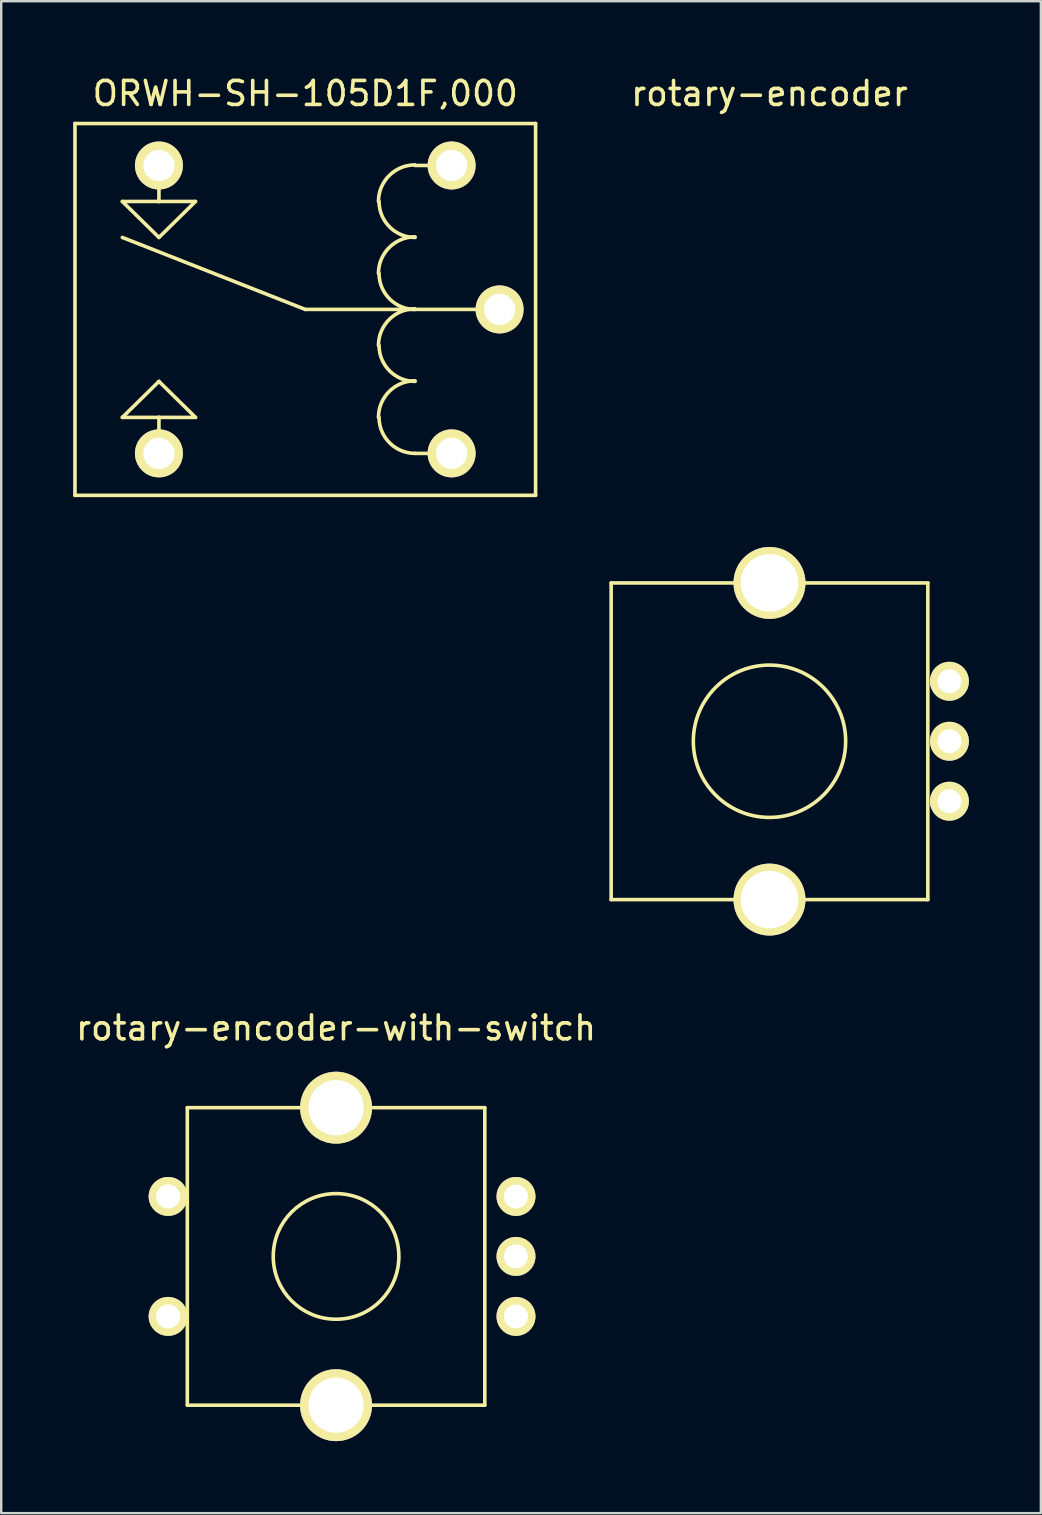
<source format=kicad_pcb>
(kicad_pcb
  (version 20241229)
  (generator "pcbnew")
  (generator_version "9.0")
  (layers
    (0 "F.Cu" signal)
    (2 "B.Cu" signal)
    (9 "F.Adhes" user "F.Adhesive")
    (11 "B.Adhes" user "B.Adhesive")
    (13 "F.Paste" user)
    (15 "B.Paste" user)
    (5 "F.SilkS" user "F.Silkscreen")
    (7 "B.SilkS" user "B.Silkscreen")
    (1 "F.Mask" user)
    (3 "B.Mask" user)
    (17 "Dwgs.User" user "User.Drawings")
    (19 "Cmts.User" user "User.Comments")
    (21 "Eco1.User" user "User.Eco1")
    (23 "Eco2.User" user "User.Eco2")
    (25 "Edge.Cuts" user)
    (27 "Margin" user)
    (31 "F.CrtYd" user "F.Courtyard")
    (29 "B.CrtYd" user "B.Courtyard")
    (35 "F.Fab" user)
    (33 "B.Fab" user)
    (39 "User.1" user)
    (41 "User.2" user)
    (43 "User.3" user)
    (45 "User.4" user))
  (footprint "rotary-encoder"
    (layer "F.Cu")
    (at 29.025 27.848)
    (property "Reference" "rotary-encoder" (at 0 -27 0) (layer "F.SilkS") (effects (font (size 1 1) (thickness 0.15))))
    (attr through_hole)
    (fp_line (start -6.6 -6.6) (end 6.6 -6.6) (stroke (width 0.15) (type solid)) (layer "F.SilkS"))
    (fp_line (start -6.6 6.6) (end -6.6 -6.6) (stroke (width 0.15) (type solid)) (layer "F.SilkS"))
    (fp_line (start 6.6 -6.6) (end 6.6 6.6) (stroke (width 0.15) (type solid)) (layer "F.SilkS"))
    (fp_line (start 6.6 6.6) (end -6.6 6.6) (stroke (width 0.15) (type solid)) (layer "F.SilkS"))
    (fp_circle (center 0 0) (end -2.54 -1.905) (stroke (width 0.15) (type solid)) (fill no) (layer "F.SilkS"))
    (pad "1" thru_hole circle (at 7.5 2.5) (size 1.624 1.624) (drill 1) (layers "*.Cu" "*.Mask" "F.SilkS"))
    (pad "2" thru_hole circle (at 7.5 -2.5) (size 1.624 1.624) (drill 1) (layers "*.Cu" "*.Mask" "F.SilkS"))
    (pad "3" thru_hole circle (at 7.5 0) (size 1.624 1.624) (drill 1) (layers "*.Cu" "*.Mask" "F.SilkS"))
    (pad "4" thru_hole circle (at 0 -6.6) (size 3 3) (drill 2.4) (layers "*.Cu" "*.Mask" "F.SilkS"))
    (pad "4" thru_hole circle (at 0 6.6) (size 3 3) (drill 2.4) (layers "*.Cu" "*.Mask" "F.SilkS")))
  (footprint "rotary-encoder-with-switch"
    (layer "F.Cu")
    (at 10.958 49.322)
    (property "Reference" "rotary-encoder-with-switch" (at 0 -9.525 0) (layer "F.SilkS") (effects (font (size 1 1) (thickness 0.15))))
    (attr through_hole)
    (fp_line (start -6.2 -6.2) (end 6.2 -6.2) (stroke (width 0.15) (type solid)) (layer "F.SilkS"))
    (fp_line (start -6.2 6.2) (end -6.2 -6.2) (stroke (width 0.15) (type solid)) (layer "F.SilkS"))
    (fp_line (start 6.2 -6.2) (end 6.2 6.2) (stroke (width 0.15) (type solid)) (layer "F.SilkS"))
    (fp_line (start 6.2 6.2) (end -6.2 6.2) (stroke (width 0.15) (type solid)) (layer "F.SilkS"))
    (fp_circle (center 0 0) (end -0.635 -2.54) (stroke (width 0.15) (type solid)) (fill no) (layer "F.SilkS"))
    (pad "1" thru_hole circle (at 7.5 2.5) (size 1.624 1.624) (drill 1) (layers "*.Cu" "*.Mask" "F.SilkS"))
    (pad "2" thru_hole circle (at 7.5 -2.5) (size 1.624 1.624) (drill 1) (layers "*.Cu" "*.Mask" "F.SilkS"))
    (pad "3" thru_hole circle (at 7.5 0) (size 1.624 1.624) (drill 1) (layers "*.Cu" "*.Mask" "F.SilkS"))
    (pad "4" thru_hole circle (at 0 -6.2) (size 3 3) (drill 2.3) (layers "*.Cu" "*.Mask" "F.SilkS"))
    (pad "4" thru_hole circle (at 0 6.2) (size 3 3) (drill 2.3) (layers "*.Cu" "*.Mask" "F.SilkS"))
    (pad "5" thru_hole circle (at -7 2.5) (size 1.624 1.624) (drill 1) (layers "*.Cu" "*.Mask" "F.SilkS"))
    (pad "6" thru_hole circle (at -7 -2.5) (size 1.624 1.624) (drill 1) (layers "*.Cu" "*.Mask" "F.SilkS")))
  (footprint "ORWH-SH-105D1F,000"
    (layer "F.Cu")
    (at 9.675 9.848)
    (property "Reference" "ORWH-SH-105D1F,000" (at 0 -9 0) (layer "F.SilkS") (effects (font (size 1 1) (thickness 0.15))))
    (attr through_hole)
    (fp_line (start -9.6 -7.75) (end 9.6 -7.75) (stroke (width 0.15) (type solid)) (layer "F.SilkS"))
    (fp_line (start -9.6 7.75) (end -9.6 -7.75) (stroke (width 0.15) (type solid)) (layer "F.SilkS"))
    (fp_line (start -7.625 -4.5) (end -6.1 -3) (stroke (width 0.15) (type solid)) (layer "F.SilkS"))
    (fp_line (start -7.625 -3) (end 0 0) (stroke (width 0.15) (type solid)) (layer "F.SilkS"))
    (fp_line (start -7.625 4.5) (end -6.1 3) (stroke (width 0.15) (type solid)) (layer "F.SilkS"))
    (fp_line (start -6.1 -6) (end -6.1 -4.5) (stroke (width 0.15) (type solid)) (layer "F.SilkS"))
    (fp_line (start -6.1 -4.5) (end -7.625 -4.5) (stroke (width 0.15) (type solid)) (layer "F.SilkS"))
    (fp_line (start -6.1 -3) (end -4.575 -4.5) (stroke (width 0.15) (type solid)) (layer "F.SilkS"))
    (fp_line (start -6.1 3) (end -4.575 4.5) (stroke (width 0.15) (type solid)) (layer "F.SilkS"))
    (fp_line (start -6.1 4.5) (end -7.625 4.5) (stroke (width 0.15) (type solid)) (layer "F.SilkS"))
    (fp_line (start -6.1 6) (end -6.1 4.5) (stroke (width 0.15) (type solid)) (layer "F.SilkS"))
    (fp_line (start -4.575 -4.5) (end -6.1 -4.5) (stroke (width 0.15) (type solid)) (layer "F.SilkS"))
    (fp_line (start -4.575 4.5) (end -6.1 4.5) (stroke (width 0.15) (type solid)) (layer "F.SilkS"))
    (fp_line (start 0 0) (end 7.625 0) (stroke (width 0.15) (type solid)) (layer "F.SilkS"))
    (fp_line (start 6.1 -6) (end 4.575 -6) (stroke (width 0.15) (type solid)) (layer "F.SilkS"))
    (fp_line (start 6.1 6) (end 4.575 6) (stroke (width 0.15) (type solid)) (layer "F.SilkS"))
    (fp_line (start 9.6 -7.75) (end 9.6 7.75) (stroke (width 0.15) (type solid)) (layer "F.SilkS"))
    (fp_line (start 9.6 7.75) (end -9.6 7.75) (stroke (width 0.15) (type solid)) (layer "F.SilkS"))
    (fp_arc (start 3.05 -4.5) (mid 3.496662 -5.578338) (end 4.575 -6.025) (stroke (width 0.15) (type solid)) (layer "F.SilkS"))
    (fp_arc (start 3.05 -1.5) (mid 3.496662 -2.578338) (end 4.575 -3.025) (stroke (width 0.15) (type solid)) (layer "F.SilkS"))
    (fp_arc (start 3.05 1.5) (mid 3.496662 0.421662) (end 4.575 -0.025) (stroke (width 0.15) (type solid)) (layer "F.SilkS"))
    (fp_arc (start 3.05 4.5) (mid 3.496662 3.421662) (end 4.575 2.975) (stroke (width 0.15) (type solid)) (layer "F.SilkS"))
    (fp_arc (start 4.575 -3) (mid 3.51434 -3.43934) (end 3.075 -4.5) (stroke (width 0.15) (type solid)) (layer "F.SilkS"))
    (fp_arc (start 4.575 0) (mid 3.51434 -0.43934) (end 3.075 -1.5) (stroke (width 0.15) (type solid)) (layer "F.SilkS"))
    (fp_arc (start 4.575 3) (mid 3.51434 2.56066) (end 3.075 1.5) (stroke (width 0.15) (type solid)) (layer "F.SilkS"))
    (fp_arc (start 4.575 6) (mid 3.51434 5.56066) (end 3.075 4.5) (stroke (width 0.15) (type solid)) (layer "F.SilkS"))
    (pad "1" thru_hole circle (at 6.1 -6) (size 2 2) (drill 1.3) (layers "*.Cu" "*.Mask" "F.SilkS"))
    (pad "2" thru_hole circle (at 6.1 6) (size 2 2) (drill 1.3) (layers "*.Cu" "*.Mask" "F.SilkS"))
    (pad "3" thru_hole circle (at 8.1 0) (size 2 2) (drill 1.3) (layers "*.Cu" "*.Mask" "F.SilkS"))
    (pad "4" thru_hole circle (at -6.1 -6) (size 2 2) (drill 1.3) (layers "*.Cu" "*.Mask" "F.SilkS"))
    (pad "5" thru_hole circle (at -6.1 6) (size 2 2) (drill 1.3) (layers "*.Cu" "*.Mask" "F.SilkS")))
  (gr_rect
    (start -3 -3)
    (end 40.337 60.022)
    (stroke (width 0.1) (type default))
    (fill no)
    (layer "Edge.Cuts")))
</source>
